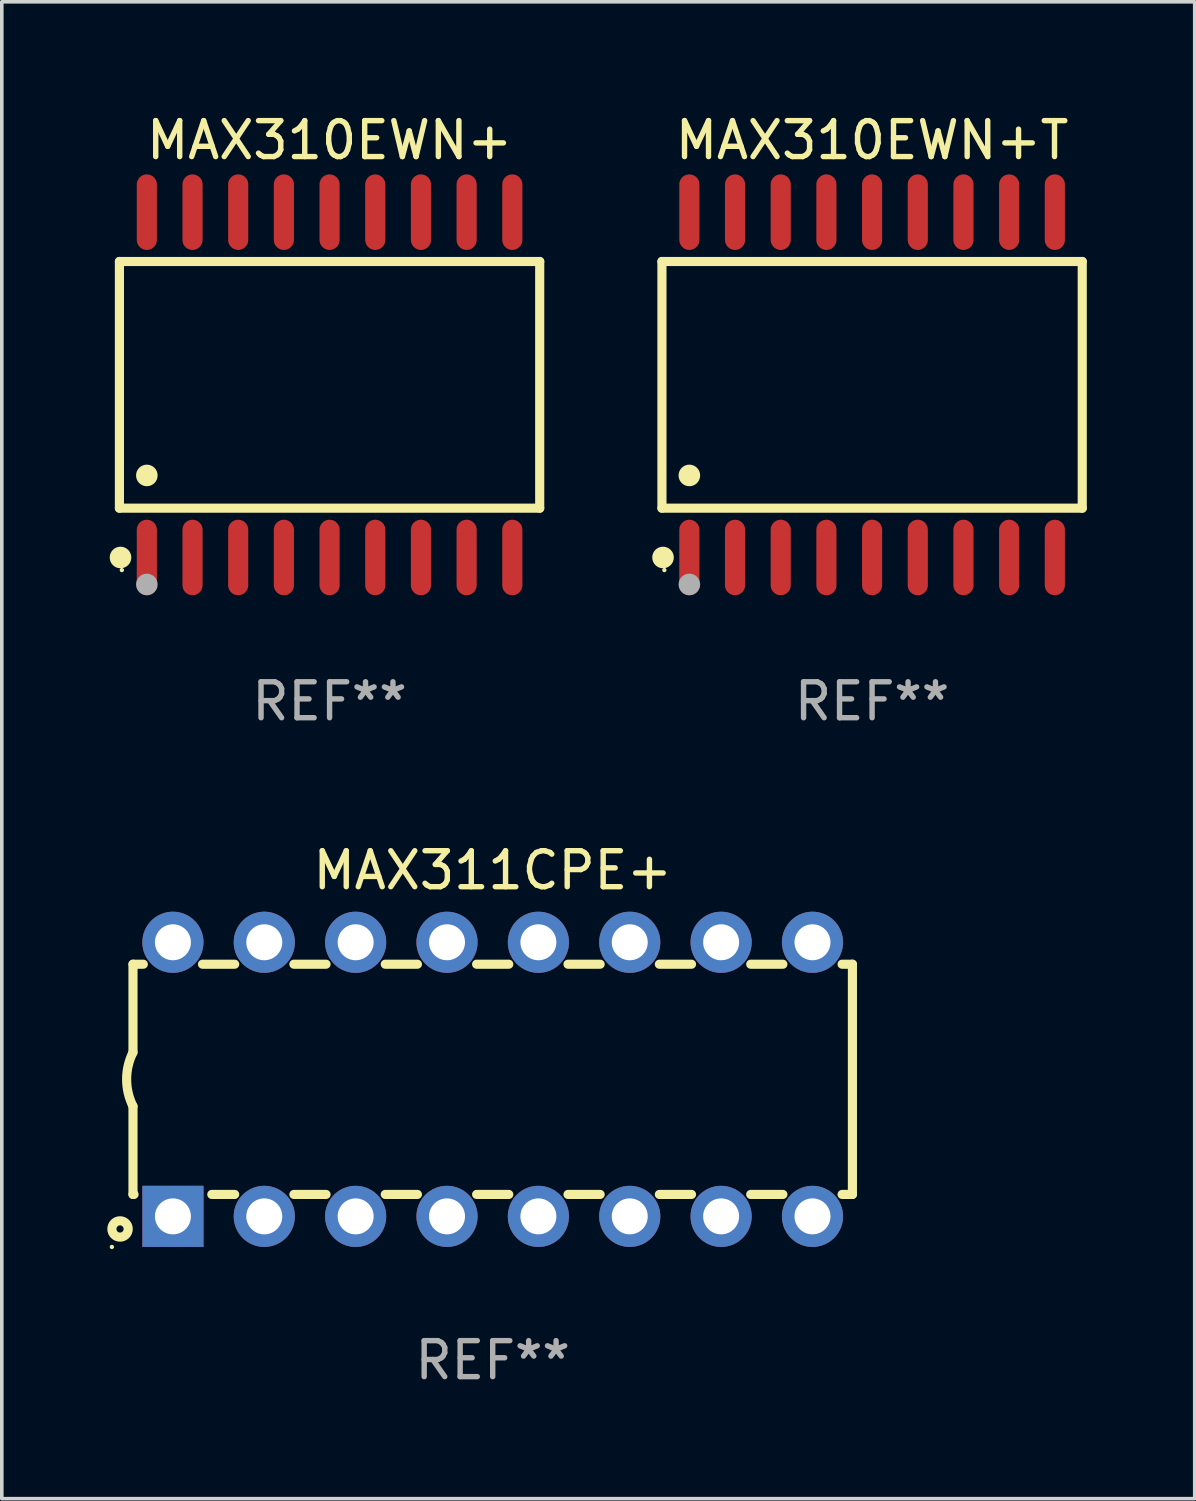
<source format=kicad_pcb>
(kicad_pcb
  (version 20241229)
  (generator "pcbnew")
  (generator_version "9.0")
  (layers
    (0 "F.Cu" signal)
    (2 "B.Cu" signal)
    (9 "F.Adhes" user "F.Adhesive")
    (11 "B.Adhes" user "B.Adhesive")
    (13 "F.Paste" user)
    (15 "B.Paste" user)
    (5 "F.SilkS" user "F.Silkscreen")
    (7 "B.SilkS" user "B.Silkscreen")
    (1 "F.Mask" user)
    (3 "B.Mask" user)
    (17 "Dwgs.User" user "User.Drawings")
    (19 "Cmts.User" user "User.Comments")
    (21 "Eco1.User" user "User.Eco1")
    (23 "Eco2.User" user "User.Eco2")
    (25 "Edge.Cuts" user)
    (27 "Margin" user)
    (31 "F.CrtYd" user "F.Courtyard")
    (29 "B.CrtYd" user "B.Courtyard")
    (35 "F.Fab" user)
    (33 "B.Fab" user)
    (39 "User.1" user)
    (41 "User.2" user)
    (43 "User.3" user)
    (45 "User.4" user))
  (footprint "MAX311CPE+"
    (layer "F.Cu")
    (at 10.647 26.955)
    (property "Reference" "MAX311CPE+" (at 0 -5.81 0) (layer "F.SilkS") (effects (font (size 1 1) (thickness 0.15))))
    (attr through_hole)
    (fp_line (start -10 -3.2) (end -10 -0.75) (stroke (width 0.254) (type solid)) (layer "F.SilkS"))
    (fp_line (start -10 -3.2) (end -9.713 -3.2) (stroke (width 0.254) (type solid)) (layer "F.SilkS"))
    (fp_line (start -10 3.2) (end -10 0.75) (stroke (width 0.254) (type solid)) (layer "F.SilkS"))
    (fp_line (start -10 3.2) (end -9.971 3.2) (stroke (width 0.254) (type solid)) (layer "F.SilkS"))
    (fp_line (start -8.067 -3.2) (end -7.173 -3.2) (stroke (width 0.254) (type solid)) (layer "F.SilkS"))
    (fp_line (start -7.809 3.2) (end -7.173 3.2) (stroke (width 0.254) (type solid)) (layer "F.SilkS"))
    (fp_line (start -5.527 3.2) (end -4.633 3.2) (stroke (width 0.254) (type solid)) (layer "F.SilkS"))
    (fp_line (start -5.527 -3.2) (end -4.633 -3.2) (stroke (width 0.254) (type solid)) (layer "F.SilkS"))
    (fp_line (start -2.987 3.2) (end -2.093 3.2) (stroke (width 0.254) (type solid)) (layer "F.SilkS"))
    (fp_line (start -2.987 -3.2) (end -2.093 -3.2) (stroke (width 0.254) (type solid)) (layer "F.SilkS"))
    (fp_line (start -0.447 3.2) (end 0.447 3.2) (stroke (width 0.254) (type solid)) (layer "F.SilkS"))
    (fp_line (start -0.447 -3.2) (end 0.447 -3.2) (stroke (width 0.254) (type solid)) (layer "F.SilkS"))
    (fp_line (start 2.093 3.2) (end 2.987 3.2) (stroke (width 0.254) (type solid)) (layer "F.SilkS"))
    (fp_line (start 2.093 -3.2) (end 2.987 -3.2) (stroke (width 0.254) (type solid)) (layer "F.SilkS"))
    (fp_line (start 4.633 3.2) (end 5.527 3.2) (stroke (width 0.254) (type solid)) (layer "F.SilkS"))
    (fp_line (start 4.633 -3.2) (end 5.527 -3.2) (stroke (width 0.254) (type solid)) (layer "F.SilkS"))
    (fp_line (start 7.173 3.2) (end 8.067 3.2) (stroke (width 0.254) (type solid)) (layer "F.SilkS"))
    (fp_line (start 7.173 -3.2) (end 8.067 -3.2) (stroke (width 0.254) (type solid)) (layer "F.SilkS"))
    (fp_line (start 9.713 3.2) (end 10 3.2) (stroke (width 0.254) (type solid)) (layer "F.SilkS"))
    (fp_line (start 9.713 -3.2) (end 10 -3.2) (stroke (width 0.254) (type solid)) (layer "F.SilkS"))
    (fp_line (start 10 -3.2) (end 10 3.2) (stroke (width 0.254) (type solid)) (layer "F.SilkS"))
    (fp_arc (start -10 0.748793) (mid -10.176918 -0.000607) (end -10.000025 -0.750013) (stroke (width 0.254001) (type solid)) (layer "F.SilkS"))
    (fp_circle (center -10.587 4.66) (end -10.557 4.66) (stroke (width 0.06) (type solid)) (fill no) (layer "F.SilkS"))
    (fp_circle (center -10.36 4.16) (end -10.26 4.16) (stroke (width 0.254) (type solid)) (fill no) (layer "F.SilkS"))
    (fp_text user "REF**" (at 0 7.81 0) (layer "F.Fab") (effects (font (size 1 1) (thickness 0.15))))
    (pad "1" thru_hole rect (at -8.89 3.81 90) (size 1.7 1.7) (drill 1) (layers "*.Cu" "*.Mask"))
    (pad "2" thru_hole circle (at -6.35 3.81) (size 1.7 1.7) (drill 1) (layers "*.Cu" "*.Mask"))
    (pad "3" thru_hole circle (at -3.81 3.81) (size 1.7 1.7) (drill 1) (layers "*.Cu" "*.Mask"))
    (pad "4" thru_hole circle (at -1.27 3.81) (size 1.7 1.7) (drill 1) (layers "*.Cu" "*.Mask"))
    (pad "5" thru_hole circle (at 1.27 3.81) (size 1.7 1.7) (drill 1) (layers "*.Cu" "*.Mask"))
    (pad "6" thru_hole circle (at 3.81 3.81) (size 1.7 1.7) (drill 1) (layers "*.Cu" "*.Mask"))
    (pad "7" thru_hole circle (at 6.35 3.81) (size 1.7 1.7) (drill 1) (layers "*.Cu" "*.Mask"))
    (pad "8" thru_hole circle (at 8.89 3.81) (size 1.7 1.7) (drill 1) (layers "*.Cu" "*.Mask"))
    (pad "9" thru_hole circle (at 8.89 -3.81) (size 1.7 1.7) (drill 1) (layers "*.Cu" "*.Mask"))
    (pad "10" thru_hole circle (at 6.35 -3.81) (size 1.7 1.7) (drill 1) (layers "*.Cu" "*.Mask"))
    (pad "11" thru_hole circle (at 3.81 -3.81) (size 1.7 1.7) (drill 1) (layers "*.Cu" "*.Mask"))
    (pad "12" thru_hole circle (at 1.27 -3.81) (size 1.7 1.7) (drill 1) (layers "*.Cu" "*.Mask"))
    (pad "13" thru_hole circle (at -1.27 -3.81) (size 1.7 1.7) (drill 1) (layers "*.Cu" "*.Mask"))
    (pad "14" thru_hole circle (at -3.81 -3.81) (size 1.7 1.7) (drill 1) (layers "*.Cu" "*.Mask"))
    (pad "15" thru_hole circle (at -6.35 -3.81) (size 1.7 1.7) (drill 1) (layers "*.Cu" "*.Mask"))
    (pad "16" thru_hole circle (at -8.89 -3.81) (size 1.7 1.7) (drill 1) (layers "*.Cu" "*.Mask")))
  (footprint "MAX310EWN+T"
    (layer "F.Cu")
    (at 21.194 7.648)
    (property "Reference" "MAX310EWN+T" (at 0 -6.8 0) (layer "F.SilkS") (effects (font (size 1 1) (thickness 0.15))))
    (attr through_hole)
    (fp_line (start -5.842 -3.429) (end -5.842 3.429) (stroke (width 0.254) (type solid)) (layer "F.SilkS"))
    (fp_line (start -5.842 3.429) (end 5.842 3.429) (stroke (width 0.254) (type solid)) (layer "F.SilkS"))
    (fp_line (start 5.842 -3.429) (end -5.842 -3.429) (stroke (width 0.254) (type solid)) (layer "F.SilkS"))
    (fp_line (start 5.842 3.429) (end 5.842 -3.429) (stroke (width 0.254) (type solid)) (layer "F.SilkS"))
    (fp_circle (center -5.812 4.8) (end -5.662 4.8) (stroke (width 0.3) (type solid)) (fill no) (layer "F.SilkS"))
    (fp_circle (center -5.775 5.15) (end -5.745 5.15) (stroke (width 0.06) (type solid)) (fill no) (layer "F.SilkS"))
    (fp_circle (center -5.08 2.519) (end -4.93 2.519) (stroke (width 0.3) (type solid)) (fill no) (layer "F.SilkS"))
    (fp_circle (center -5.08 5.55) (end -4.93 5.55) (stroke (width 0.3) (type solid)) (fill no) (layer "F.Fab"))
    (fp_text user "REF**" (at 0 8.8 0) (layer "F.Fab") (effects (font (size 1 1) (thickness 0.15))))
    (pad "1" smd oval (at -5.08 4.8) (size 0.56 2.1) (layers "F.Cu" "F.Mask" "F.Paste"))
    (pad "2" smd oval (at -3.81 4.8) (size 0.56 2.1) (layers "F.Cu" "F.Mask" "F.Paste"))
    (pad "3" smd oval (at -2.54 4.8) (size 0.56 2.1) (layers "F.Cu" "F.Mask" "F.Paste"))
    (pad "4" smd oval (at -1.27 4.8) (size 0.56 2.1) (layers "F.Cu" "F.Mask" "F.Paste"))
    (pad "5" smd oval (at 0 4.8) (size 0.56 2.1) (layers "F.Cu" "F.Mask" "F.Paste"))
    (pad "6" smd oval (at 1.27 4.8) (size 0.56 2.1) (layers "F.Cu" "F.Mask" "F.Paste"))
    (pad "7" smd oval (at 2.54 4.8) (size 0.56 2.1) (layers "F.Cu" "F.Mask" "F.Paste"))
    (pad "8" smd oval (at 3.81 4.8) (size 0.56 2.1) (layers "F.Cu" "F.Mask" "F.Paste"))
    (pad "9" smd oval (at 5.08 4.8) (size 0.56 2.1) (layers "F.Cu" "F.Mask" "F.Paste"))
    (pad "10" smd oval (at 5.08 -4.8) (size 0.56 2.1) (layers "F.Cu" "F.Mask" "F.Paste"))
    (pad "11" smd oval (at 3.81 -4.8) (size 0.56 2.1) (layers "F.Cu" "F.Mask" "F.Paste"))
    (pad "12" smd oval (at 2.54 -4.8) (size 0.56 2.1) (layers "F.Cu" "F.Mask" "F.Paste"))
    (pad "13" smd oval (at 1.27 -4.8) (size 0.56 2.1) (layers "F.Cu" "F.Mask" "F.Paste"))
    (pad "14" smd oval (at 0 -4.8) (size 0.56 2.1) (layers "F.Cu" "F.Mask" "F.Paste"))
    (pad "15" smd oval (at -1.27 -4.8) (size 0.56 2.1) (layers "F.Cu" "F.Mask" "F.Paste"))
    (pad "16" smd oval (at -2.54 -4.8) (size 0.56 2.1) (layers "F.Cu" "F.Mask" "F.Paste"))
    (pad "17" smd oval (at -3.81 -4.8) (size 0.56 2.1) (layers "F.Cu" "F.Mask" "F.Paste"))
    (pad "18" smd oval (at -5.08 -4.8) (size 0.56 2.1) (layers "F.Cu" "F.Mask" "F.Paste")))
  (footprint "MAX310EWN+"
    (layer "F.Cu")
    (at 6.112 7.648)
    (property "Reference" "MAX310EWN+" (at 0 -6.8 0) (layer "F.SilkS") (effects (font (size 1 1) (thickness 0.15))))
    (attr through_hole)
    (fp_line (start -5.842 -3.429) (end -5.842 3.429) (stroke (width 0.254) (type solid)) (layer "F.SilkS"))
    (fp_line (start -5.842 3.429) (end 5.842 3.429) (stroke (width 0.254) (type solid)) (layer "F.SilkS"))
    (fp_line (start 5.842 -3.429) (end -5.842 -3.429) (stroke (width 0.254) (type solid)) (layer "F.SilkS"))
    (fp_line (start 5.842 3.429) (end 5.842 -3.429) (stroke (width 0.254) (type solid)) (layer "F.SilkS"))
    (fp_circle (center -5.812 4.8) (end -5.662 4.8) (stroke (width 0.3) (type solid)) (fill no) (layer "F.SilkS"))
    (fp_circle (center -5.775 5.15) (end -5.745 5.15) (stroke (width 0.06) (type solid)) (fill no) (layer "F.SilkS"))
    (fp_circle (center -5.08 2.519) (end -4.93 2.519) (stroke (width 0.3) (type solid)) (fill no) (layer "F.SilkS"))
    (fp_circle (center -5.08 5.55) (end -4.93 5.55) (stroke (width 0.3) (type solid)) (fill no) (layer "F.Fab"))
    (fp_text user "REF**" (at 0 8.8 0) (layer "F.Fab") (effects (font (size 1 1) (thickness 0.15))))
    (pad "1" smd oval (at -5.08 4.8) (size 0.56 2.1) (layers "F.Cu" "F.Mask" "F.Paste"))
    (pad "2" smd oval (at -3.81 4.8) (size 0.56 2.1) (layers "F.Cu" "F.Mask" "F.Paste"))
    (pad "3" smd oval (at -2.54 4.8) (size 0.56 2.1) (layers "F.Cu" "F.Mask" "F.Paste"))
    (pad "4" smd oval (at -1.27 4.8) (size 0.56 2.1) (layers "F.Cu" "F.Mask" "F.Paste"))
    (pad "5" smd oval (at 0 4.8) (size 0.56 2.1) (layers "F.Cu" "F.Mask" "F.Paste"))
    (pad "6" smd oval (at 1.27 4.8) (size 0.56 2.1) (layers "F.Cu" "F.Mask" "F.Paste"))
    (pad "7" smd oval (at 2.54 4.8) (size 0.56 2.1) (layers "F.Cu" "F.Mask" "F.Paste"))
    (pad "8" smd oval (at 3.81 4.8) (size 0.56 2.1) (layers "F.Cu" "F.Mask" "F.Paste"))
    (pad "9" smd oval (at 5.08 4.8) (size 0.56 2.1) (layers "F.Cu" "F.Mask" "F.Paste"))
    (pad "10" smd oval (at 5.08 -4.8) (size 0.56 2.1) (layers "F.Cu" "F.Mask" "F.Paste"))
    (pad "11" smd oval (at 3.81 -4.8) (size 0.56 2.1) (layers "F.Cu" "F.Mask" "F.Paste"))
    (pad "12" smd oval (at 2.54 -4.8) (size 0.56 2.1) (layers "F.Cu" "F.Mask" "F.Paste"))
    (pad "13" smd oval (at 1.27 -4.8) (size 0.56 2.1) (layers "F.Cu" "F.Mask" "F.Paste"))
    (pad "14" smd oval (at 0 -4.8) (size 0.56 2.1) (layers "F.Cu" "F.Mask" "F.Paste"))
    (pad "15" smd oval (at -1.27 -4.8) (size 0.56 2.1) (layers "F.Cu" "F.Mask" "F.Paste"))
    (pad "16" smd oval (at -2.54 -4.8) (size 0.56 2.1) (layers "F.Cu" "F.Mask" "F.Paste"))
    (pad "17" smd oval (at -3.81 -4.8) (size 0.56 2.1) (layers "F.Cu" "F.Mask" "F.Paste"))
    (pad "18" smd oval (at -5.08 -4.8) (size 0.56 2.1) (layers "F.Cu" "F.Mask" "F.Paste")))
  (gr_rect
    (start -3 -3)
    (end 30.163 38.613)
    (stroke (width 0.1) (type default))
    (fill no)
    (layer "Edge.Cuts")))
</source>
